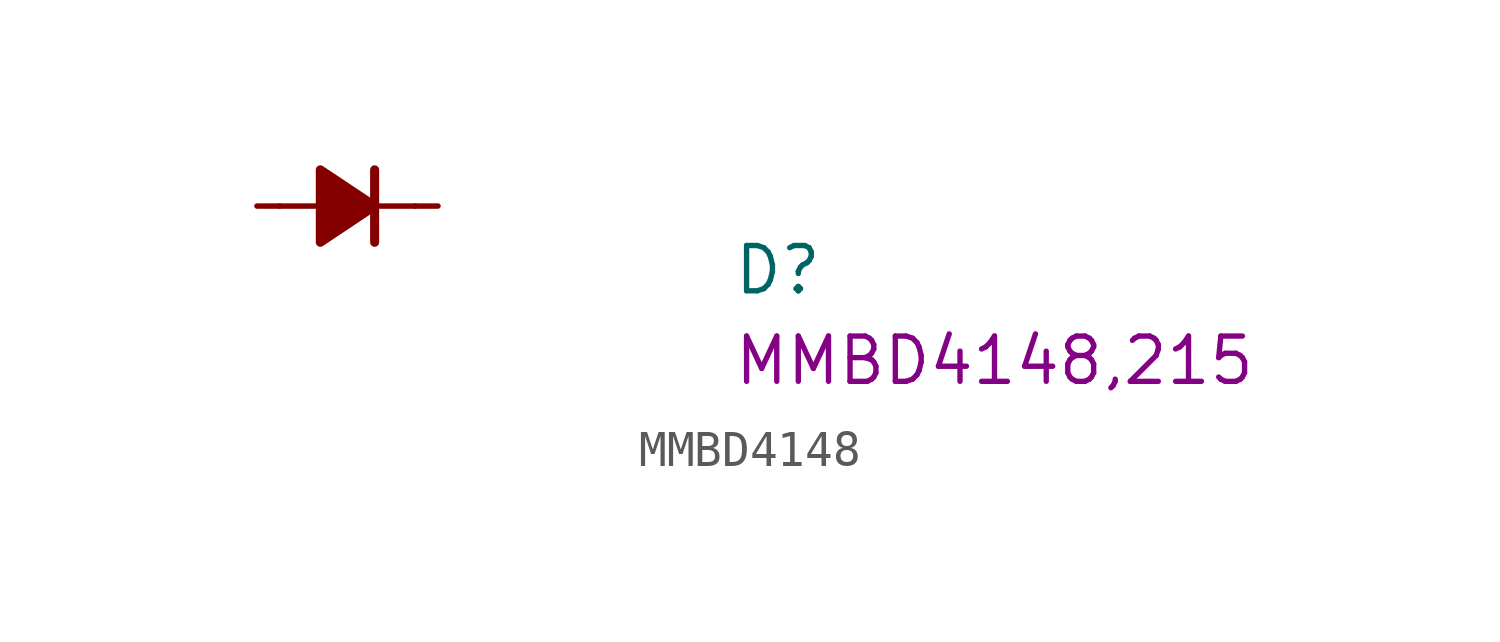
<source format=kicad_sym>
(kicad_symbol_lib
  (version 20220914)
  (generator kicad_symbol_editor)
  (symbol "MMBD4148"
    (pin_numbers hide)
    (pin_names hide)
    (property "Reference" "D"
      (at 13.335 -2.54 0)
      (effects (font (size 1.27 1.27) (thickness 0.15)) (justify left bottom)))
    (property "MPN" "MMBD4148,215"
      (at 13.335 -5.08 0)
      (effects (font (size 1.27 1.27) (thickness 0.15)) (justify left bottom)))
    (symbol "MMBD4148_0_1"
      (polyline (pts (xy 0.635 0) (xy 1.905 0)) (stroke (width 0) (type default)) (fill (type none)))
      (polyline (pts (xy 3.175 0) (xy 4.445 0)) (stroke (width 0) (type default)) (fill (type none))))
    (symbol "MMBD4148_1_1"
      (polyline (pts (xy 3.302 1.016) (xy 3.302 -1.016)) (stroke (width 0.254) (type default)) (fill (type none)))
      (polyline (pts (xy 1.778 1.016) (xy 1.778 -1.016) (xy 3.302 0) (xy 1.778 1.016)) (stroke (width 0.254) (type default)) (fill (type outline)))
      (pin passive line (at 0 0 0) (length 0.635) (name "A" (effects (font (size 1.27 1.27)))) (number "1" (effects (font (size 1.27 1.27)))))
      (pin no_connect line (at 2.54 0 0) (length 2.54) hide (name "2" (effects (font (size 1.27 1.27)))) (number "2" (effects (font (size 1.27 1.27)))))
      (pin passive line (at 5.08 0 180) (length 0.635) (name "C" (effects (font (size 1.27 1.27)))) (number "3" (effects (font (size 1.27 1.27))))))))
</source>
